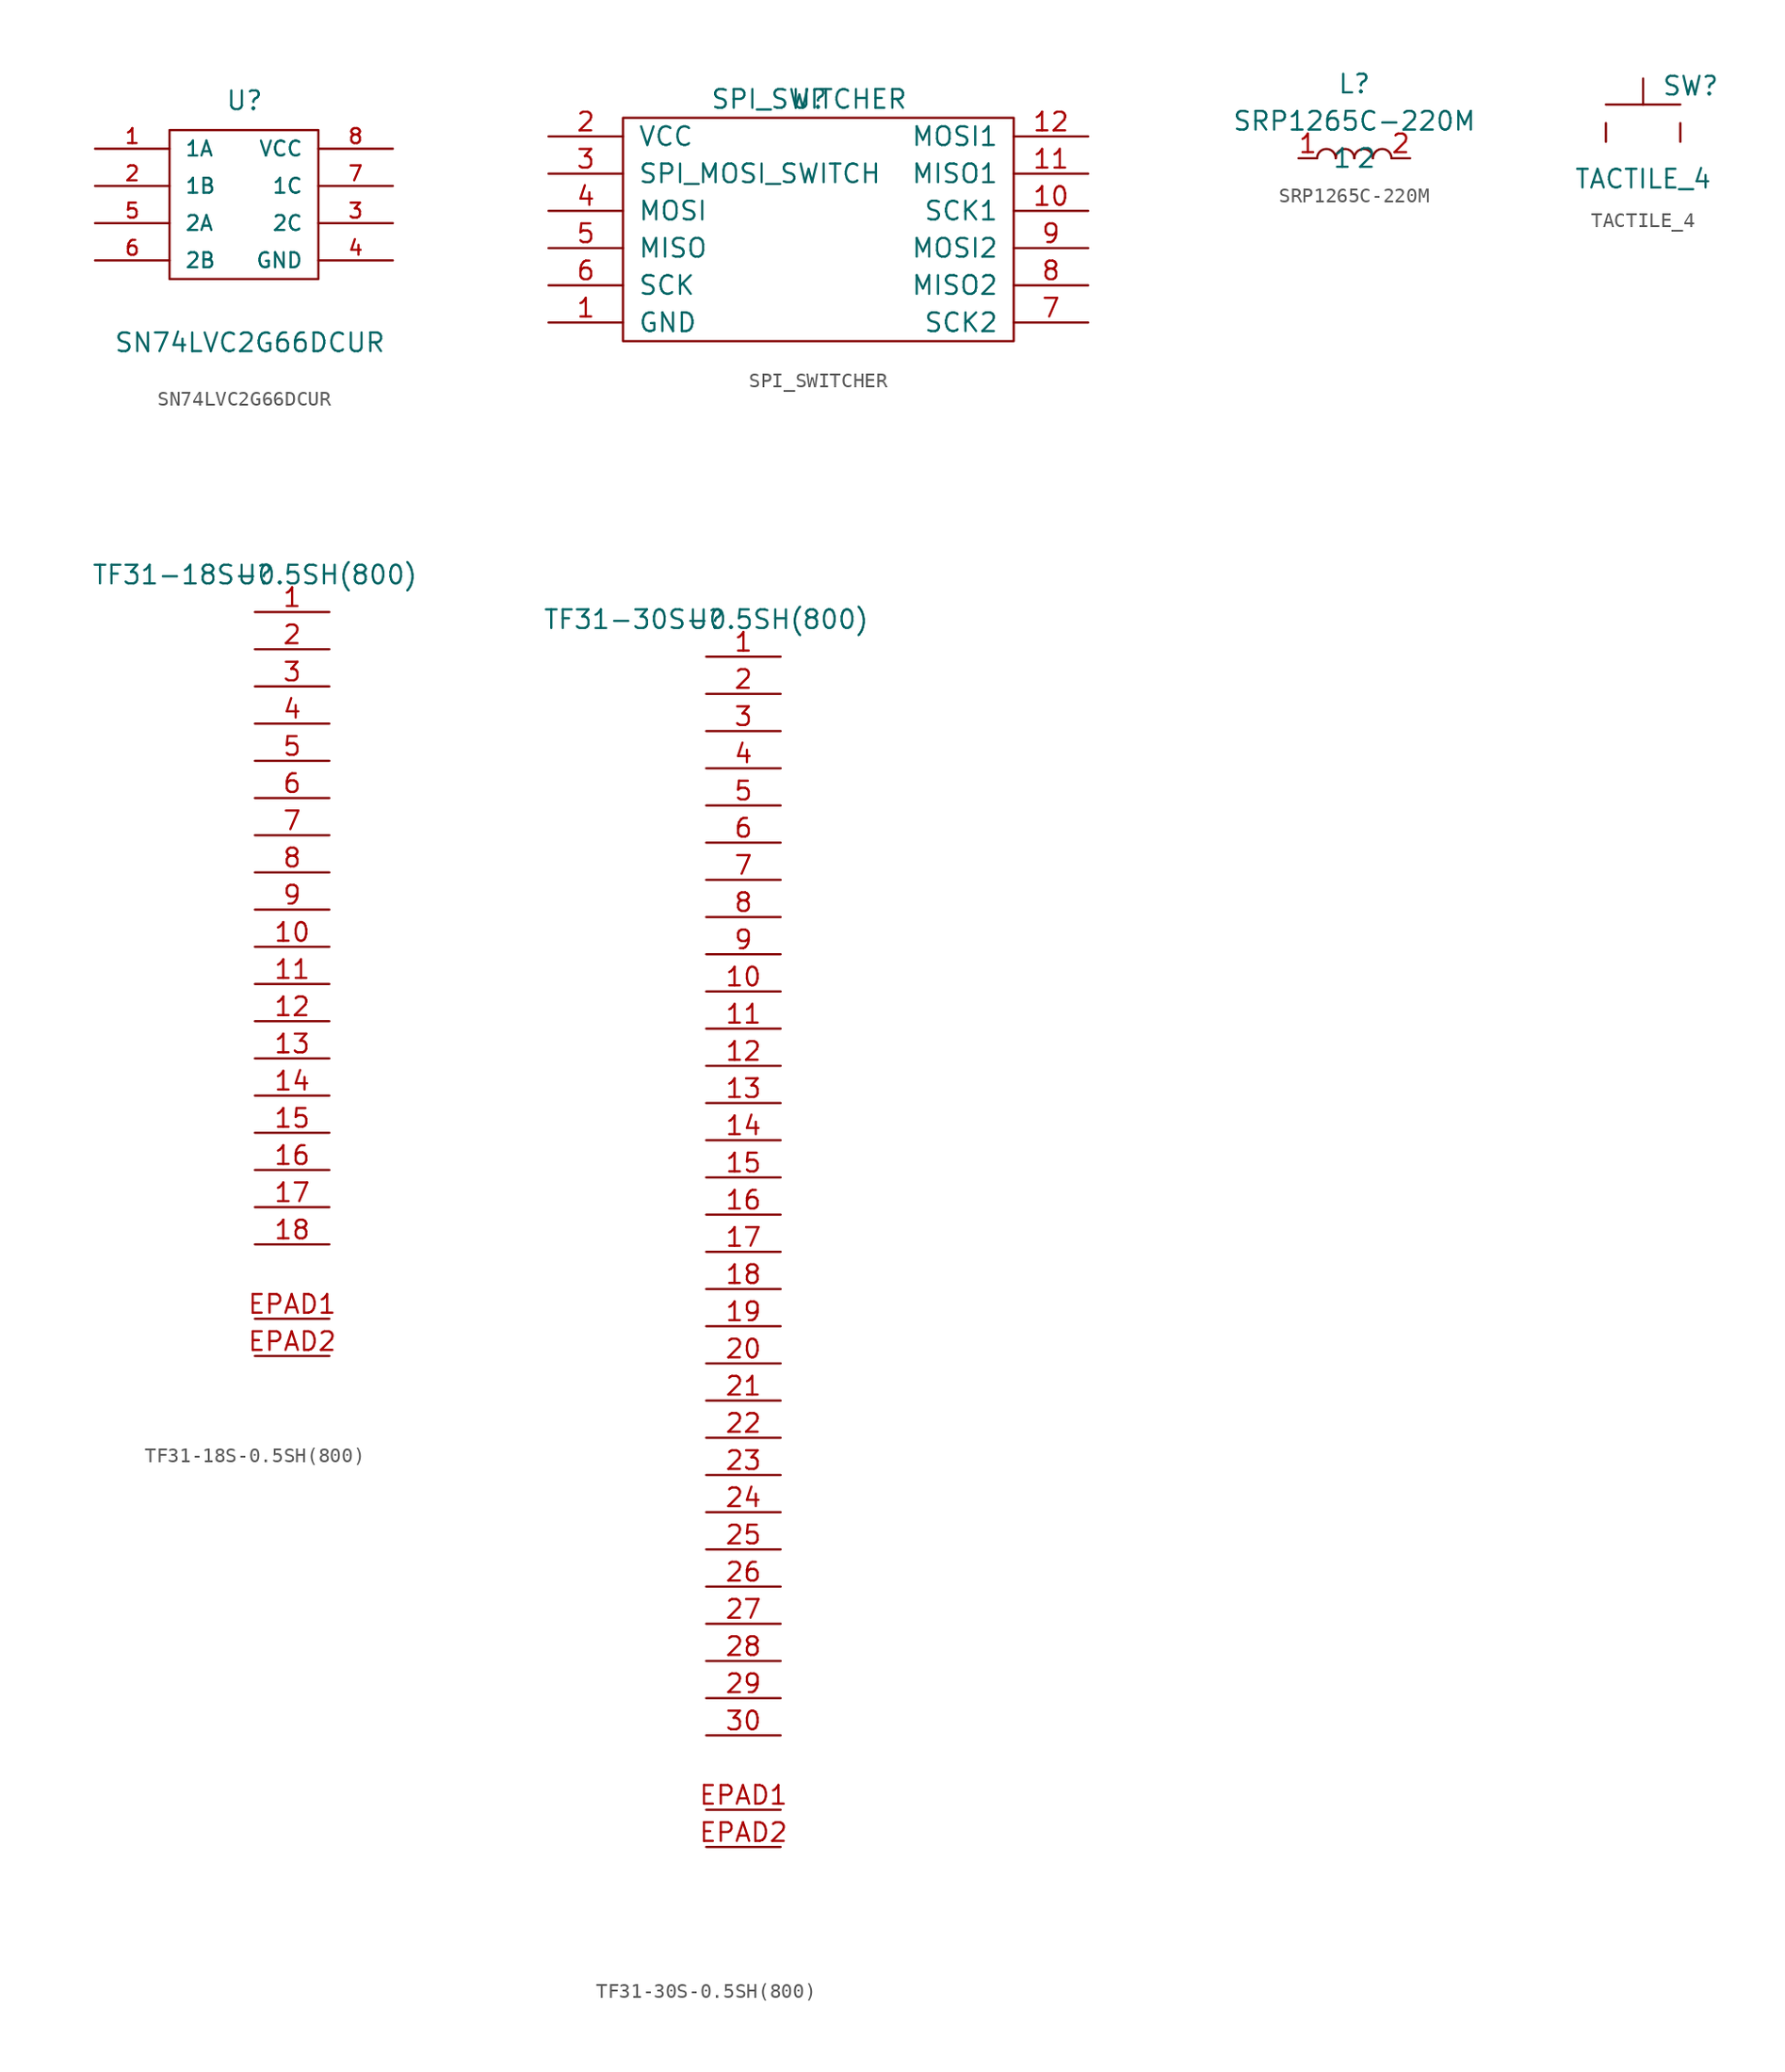
<source format=kicad_sym>
(kicad_symbol_lib
  (version 20211014)
  (generator kicad_symbol_editor)
  (symbol "SN74LVC2G66DCUR"
    (pin_names
      (offset 1.016))
    (property "Reference" "U"
      (at 3.81 2.54 0)
      (effects (font (size 1.27 1.27)) (justify left bottom)))
    (property "Value" "SN74LVC2G66DCUR"
      (at -3.81 -13.97 0)
      (effects (font (size 1.27 1.27)) (justify left bottom)))
    (property "ki_locked" ""
      (at 0 0 0)
      (effects (font (size 1.27 1.27))))
    (symbol "SN74LVC2G66DCUR_0_0"
      (pin bidirectional line (at -5.08 0 0) (length 5.08) (name "1A" (effects (font (size 1.016 1.016)))) (number "1" (effects (font (size 1.016 1.016)))))
      (pin bidirectional line (at -5.08 -2.54 0) (length 5.08) (name "1B" (effects (font (size 1.016 1.016)))) (number "2" (effects (font (size 1.016 1.016)))))
      (pin input line (at 15.24 -5.08 180) (length 5.08) (name "2C" (effects (font (size 1.016 1.016)))) (number "3" (effects (font (size 1.016 1.016)))))
      (pin power_in line (at 15.24 -7.62 180) (length 5.08) (name "GND" (effects (font (size 1.016 1.016)))) (number "4" (effects (font (size 1.016 1.016)))))
      (pin bidirectional line (at -5.08 -5.08 0) (length 5.08) (name "2A" (effects (font (size 1.016 1.016)))) (number "5" (effects (font (size 1.016 1.016)))))
      (pin bidirectional line (at -5.08 -7.62 0) (length 5.08) (name "2B" (effects (font (size 1.016 1.016)))) (number "6" (effects (font (size 1.016 1.016)))))
      (pin input line (at 15.24 -2.54 180) (length 5.08) (name "1C" (effects (font (size 1.016 1.016)))) (number "7" (effects (font (size 1.016 1.016)))))
      (pin power_in line (at 15.24 0 180) (length 5.08) (name "VCC" (effects (font (size 1.016 1.016)))) (number "8" (effects (font (size 1.016 1.016))))))
    (symbol "SN74LVC2G66DCUR_1_1"
      (rectangle (start 10.16 1.27) (end 0 -8.89) (stroke (width 0) (type default) (color 0 0 0 0)) (fill (type none)))))
  (symbol "SPI_SWITCHER"
    (pin_names
      (offset 1.016))
    (property "Reference" "U"
      (at 0 0 0)
      (effects (font (size 1.27 1.27))))
    (property "Value" "SPI_SWITCHER"
      (at 0 0 0)
      (effects (font (size 1.27 1.27))))
    (symbol "SPI_SWITCHER_0_1"
      (rectangle (start -12.7 -1.27) (end 13.97 -16.51) (stroke (width 0) (type default) (color 0 0 0 0)) (fill (type none))))
    (symbol "SPI_SWITCHER_1_1"
      (pin passive line (at -17.78 -15.24 0) (length 5.08) (name "GND" (effects (font (size 1.27 1.27)))) (number "1" (effects (font (size 1.27 1.27)))))
      (pin input line (at 19.05 -7.62 180) (length 5.08) (name "SCK1" (effects (font (size 1.27 1.27)))) (number "10" (effects (font (size 1.27 1.27)))))
      (pin input line (at 19.05 -5.08 180) (length 5.08) (name "MISO1" (effects (font (size 1.27 1.27)))) (number "11" (effects (font (size 1.27 1.27)))))
      (pin input line (at 19.05 -2.54 180) (length 5.08) (name "MOSI1" (effects (font (size 1.27 1.27)))) (number "12" (effects (font (size 1.27 1.27)))))
      (pin passive line (at -17.78 -2.54 0) (length 5.08) (name "VCC" (effects (font (size 1.27 1.27)))) (number "2" (effects (font (size 1.27 1.27)))))
      (pin input line (at -17.78 -5.08 0) (length 5.08) (name "SPI_MOSI_SWITCH" (effects (font (size 1.27 1.27)))) (number "3" (effects (font (size 1.27 1.27)))))
      (pin input line (at -17.78 -7.62 0) (length 5.08) (name "MOSI" (effects (font (size 1.27 1.27)))) (number "4" (effects (font (size 1.27 1.27)))))
      (pin input line (at -17.78 -10.16 0) (length 5.08) (name "MISO" (effects (font (size 1.27 1.27)))) (number "5" (effects (font (size 1.27 1.27)))))
      (pin input line (at -17.78 -12.7 0) (length 5.08) (name "SCK" (effects (font (size 1.27 1.27)))) (number "6" (effects (font (size 1.27 1.27)))))
      (pin input line (at 19.05 -15.24 180) (length 5.08) (name "SCK2" (effects (font (size 1.27 1.27)))) (number "7" (effects (font (size 1.27 1.27)))))
      (pin input line (at 19.05 -12.7 180) (length 5.08) (name "MISO2" (effects (font (size 1.27 1.27)))) (number "8" (effects (font (size 1.27 1.27)))))
      (pin input line (at 19.05 -10.16 180) (length 5.08) (name "MOSI2" (effects (font (size 1.27 1.27)))) (number "9" (effects (font (size 1.27 1.27)))))))
  (symbol "SRP1265C-220M"
    (pin_names
      (offset 1.016))
    (property "Reference" "L"
      (at 0 5.08 0)
      (effects (font (size 1.27 1.27))))
    (property "Value" "SRP1265C-220M"
      (at 0 2.54 0)
      (effects (font (size 1.27 1.27))))
    (symbol "SRP1265C-220M_1_1"
      (arc (start -1.27 0) (mid -1.905 0.635) (end -2.54 0) (stroke (width 0) (type default) (color 0 0 0 0)) (fill (type none)))
      (arc (start 0 0) (mid -0.635 0.635) (end -1.27 0) (stroke (width 0) (type default) (color 0 0 0 0)) (fill (type none)))
      (arc (start 1.27 0) (mid 0.635 0.635) (end 0 0) (stroke (width 0) (type default) (color 0 0 0 0)) (fill (type none)))
      (arc (start 2.54 0) (mid 1.905 0.635) (end 1.27 0) (stroke (width 0) (type default) (color 0 0 0 0)) (fill (type none)))
      (pin passive line (at -3.81 0 0) (length 1.27) (name "1" (effects (font (size 1.27 1.27)))) (number "1" (effects (font (size 1.27 1.27)))))
      (pin passive line (at 3.81 0 180) (length 1.27) (name "2" (effects (font (size 1.27 1.27)))) (number "2" (effects (font (size 1.27 1.27)))))))
  (symbol "TACTILE_4"
    (pin_numbers hide)
    (pin_names
      (offset 1.016) hide)
    (property "Reference" "SW"
      (at 1.27 2.54 0)
      (effects (font (size 1.27 1.27)) (justify left)))
    (property "Value" "TACTILE_4"
      (at 0 -3.81 0)
      (effects (font (size 1.27 1.27))))
    (symbol "TACTILE_4_0_1"
      (polyline (pts (xy -2.54 0) (xy -2.54 -1.27)) (stroke (width 0) (type default) (color 0 0 0 0)) (fill (type none)))
      (polyline (pts (xy 0 1.27) (xy 0 3.048)) (stroke (width 0) (type default) (color 0 0 0 0)) (fill (type none)))
      (polyline (pts (xy 2.54 0) (xy 2.54 -1.27)) (stroke (width 0) (type default) (color 0 0 0 0)) (fill (type none)))
      (polyline (pts (xy 2.54 1.27) (xy -2.54 1.27)) (stroke (width 0) (type default) (color 0 0 0 0)) (fill (type none))))
    (symbol "TACTILE_4_1_1"
      (pin passive line (at -3.81 0 0) (length 2.54) hide (name "1" (effects (font (size 1.27 1.27)))) (number "1" (effects (font (size 1.27 1.27)))))
      (pin passive line (at -3.81 -1.27 0) (length 2.54) hide (name "2" (effects (font (size 1.27 1.27)))) (number "2" (effects (font (size 1.27 1.27)))))
      (pin passive line (at 3.81 0 180) (length 2.54) hide (name "3" (effects (font (size 1.27 1.27)))) (number "3" (effects (font (size 1.27 1.27)))))
      (pin passive line (at 3.81 -1.27 180) (length 2.54) hide (name "4" (effects (font (size 1.27 1.27)))) (number "4" (effects (font (size 1.27 1.27)))))))
  (symbol "TF31-18S-0.5SH(800)"
    (pin_names
      (offset 1.016))
    (property "Reference" "U"
      (at 0 0 0)
      (effects (font (size 1.27 1.27))))
    (property "Value" "TF31-18S-0.5SH(800)"
      (at 0 0 0)
      (effects (font (size 1.27 1.27))))
    (symbol "TF31-18S-0.5SH(800)_1_1"
      (pin passive line (at 0 -2.54 0) (length 5.08) (name "~" (effects (font (size 1.27 1.27)))) (number "1" (effects (font (size 1.27 1.27)))))
      (pin passive line (at 0 -25.4 0) (length 5.08) (name "~" (effects (font (size 1.27 1.27)))) (number "10" (effects (font (size 1.27 1.27)))))
      (pin passive line (at 0 -27.94 0) (length 5.08) (name "~" (effects (font (size 1.27 1.27)))) (number "11" (effects (font (size 1.27 1.27)))))
      (pin passive line (at 0 -30.48 0) (length 5.08) (name "~" (effects (font (size 1.27 1.27)))) (number "12" (effects (font (size 1.27 1.27)))))
      (pin passive line (at 0 -33.02 0) (length 5.08) (name "~" (effects (font (size 1.27 1.27)))) (number "13" (effects (font (size 1.27 1.27)))))
      (pin passive line (at 0 -35.56 0) (length 5.08) (name "~" (effects (font (size 1.27 1.27)))) (number "14" (effects (font (size 1.27 1.27)))))
      (pin passive line (at 0 -38.1 0) (length 5.08) (name "~" (effects (font (size 1.27 1.27)))) (number "15" (effects (font (size 1.27 1.27)))))
      (pin passive line (at 0 -40.64 0) (length 5.08) (name "~" (effects (font (size 1.27 1.27)))) (number "16" (effects (font (size 1.27 1.27)))))
      (pin passive line (at 0 -43.18 0) (length 5.08) (name "~" (effects (font (size 1.27 1.27)))) (number "17" (effects (font (size 1.27 1.27)))))
      (pin passive line (at 0 -45.72 0) (length 5.08) (name "~" (effects (font (size 1.27 1.27)))) (number "18" (effects (font (size 1.27 1.27)))))
      (pin passive line (at 0 -5.08 0) (length 5.08) (name "~" (effects (font (size 1.27 1.27)))) (number "2" (effects (font (size 1.27 1.27)))))
      (pin passive line (at 0 -7.62 0) (length 5.08) (name "~" (effects (font (size 1.27 1.27)))) (number "3" (effects (font (size 1.27 1.27)))))
      (pin passive line (at 0 -10.16 0) (length 5.08) (name "~" (effects (font (size 1.27 1.27)))) (number "4" (effects (font (size 1.27 1.27)))))
      (pin passive line (at 0 -12.7 0) (length 5.08) (name "~" (effects (font (size 1.27 1.27)))) (number "5" (effects (font (size 1.27 1.27)))))
      (pin passive line (at 0 -15.24 0) (length 5.08) (name "~" (effects (font (size 1.27 1.27)))) (number "6" (effects (font (size 1.27 1.27)))))
      (pin passive line (at 0 -17.78 0) (length 5.08) (name "~" (effects (font (size 1.27 1.27)))) (number "7" (effects (font (size 1.27 1.27)))))
      (pin passive line (at 0 -20.32 0) (length 5.08) (name "~" (effects (font (size 1.27 1.27)))) (number "8" (effects (font (size 1.27 1.27)))))
      (pin passive line (at 0 -22.86 0) (length 5.08) (name "~" (effects (font (size 1.27 1.27)))) (number "9" (effects (font (size 1.27 1.27)))))
      (pin passive line (at 0 -50.8 0) (length 5.08) (name "~" (effects (font (size 1.27 1.27)))) (number "EPAD1" (effects (font (size 1.27 1.27)))))
      (pin passive line (at 0 -53.34 0) (length 5.08) (name "~" (effects (font (size 1.27 1.27)))) (number "EPAD2" (effects (font (size 1.27 1.27)))))))
  (symbol "TF31-30S-0.5SH(800)"
    (pin_names
      (offset 1.016))
    (property "Reference" "U"
      (at 0 0 0)
      (effects (font (size 1.27 1.27))))
    (property "Value" "TF31-30S-0.5SH(800)"
      (at 0 0 0)
      (effects (font (size 1.27 1.27))))
    (symbol "TF31-30S-0.5SH(800)_1_1"
      (pin passive line (at 0 -2.54 0) (length 5.08) (name "~" (effects (font (size 1.27 1.27)))) (number "1" (effects (font (size 1.27 1.27)))))
      (pin passive line (at 0 -25.4 0) (length 5.08) (name "~" (effects (font (size 1.27 1.27)))) (number "10" (effects (font (size 1.27 1.27)))))
      (pin passive line (at 0 -27.94 0) (length 5.08) (name "~" (effects (font (size 1.27 1.27)))) (number "11" (effects (font (size 1.27 1.27)))))
      (pin passive line (at 0 -30.48 0) (length 5.08) (name "~" (effects (font (size 1.27 1.27)))) (number "12" (effects (font (size 1.27 1.27)))))
      (pin passive line (at 0 -33.02 0) (length 5.08) (name "~" (effects (font (size 1.27 1.27)))) (number "13" (effects (font (size 1.27 1.27)))))
      (pin passive line (at 0 -35.56 0) (length 5.08) (name "~" (effects (font (size 1.27 1.27)))) (number "14" (effects (font (size 1.27 1.27)))))
      (pin passive line (at 0 -38.1 0) (length 5.08) (name "~" (effects (font (size 1.27 1.27)))) (number "15" (effects (font (size 1.27 1.27)))))
      (pin passive line (at 0 -40.64 0) (length 5.08) (name "~" (effects (font (size 1.27 1.27)))) (number "16" (effects (font (size 1.27 1.27)))))
      (pin passive line (at 0 -43.18 0) (length 5.08) (name "~" (effects (font (size 1.27 1.27)))) (number "17" (effects (font (size 1.27 1.27)))))
      (pin passive line (at 0 -45.72 0) (length 5.08) (name "~" (effects (font (size 1.27 1.27)))) (number "18" (effects (font (size 1.27 1.27)))))
      (pin passive line (at 0 -48.26 0) (length 5.08) (name "~" (effects (font (size 1.27 1.27)))) (number "19" (effects (font (size 1.27 1.27)))))
      (pin passive line (at 0 -5.08 0) (length 5.08) (name "~" (effects (font (size 1.27 1.27)))) (number "2" (effects (font (size 1.27 1.27)))))
      (pin passive line (at 0 -50.8 0) (length 5.08) (name "~" (effects (font (size 1.27 1.27)))) (number "20" (effects (font (size 1.27 1.27)))))
      (pin passive line (at 0 -53.34 0) (length 5.08) (name "~" (effects (font (size 1.27 1.27)))) (number "21" (effects (font (size 1.27 1.27)))))
      (pin passive line (at 0 -55.88 0) (length 5.08) (name "~" (effects (font (size 1.27 1.27)))) (number "22" (effects (font (size 1.27 1.27)))))
      (pin passive line (at 0 -58.42 0) (length 5.08) (name "~" (effects (font (size 1.27 1.27)))) (number "23" (effects (font (size 1.27 1.27)))))
      (pin passive line (at 0 -60.96 0) (length 5.08) (name "~" (effects (font (size 1.27 1.27)))) (number "24" (effects (font (size 1.27 1.27)))))
      (pin passive line (at 0 -63.5 0) (length 5.08) (name "~" (effects (font (size 1.27 1.27)))) (number "25" (effects (font (size 1.27 1.27)))))
      (pin passive line (at 0 -66.04 0) (length 5.08) (name "~" (effects (font (size 1.27 1.27)))) (number "26" (effects (font (size 1.27 1.27)))))
      (pin passive line (at 0 -68.58 0) (length 5.08) (name "~" (effects (font (size 1.27 1.27)))) (number "27" (effects (font (size 1.27 1.27)))))
      (pin passive line (at 0 -71.12 0) (length 5.08) (name "~" (effects (font (size 1.27 1.27)))) (number "28" (effects (font (size 1.27 1.27)))))
      (pin passive line (at 0 -73.66 0) (length 5.08) (name "~" (effects (font (size 1.27 1.27)))) (number "29" (effects (font (size 1.27 1.27)))))
      (pin passive line (at 0 -7.62 0) (length 5.08) (name "~" (effects (font (size 1.27 1.27)))) (number "3" (effects (font (size 1.27 1.27)))))
      (pin passive line (at 0 -76.2 0) (length 5.08) (name "~" (effects (font (size 1.27 1.27)))) (number "30" (effects (font (size 1.27 1.27)))))
      (pin passive line (at 0 -10.16 0) (length 5.08) (name "~" (effects (font (size 1.27 1.27)))) (number "4" (effects (font (size 1.27 1.27)))))
      (pin passive line (at 0 -12.7 0) (length 5.08) (name "~" (effects (font (size 1.27 1.27)))) (number "5" (effects (font (size 1.27 1.27)))))
      (pin passive line (at 0 -15.24 0) (length 5.08) (name "~" (effects (font (size 1.27 1.27)))) (number "6" (effects (font (size 1.27 1.27)))))
      (pin passive line (at 0 -17.78 0) (length 5.08) (name "~" (effects (font (size 1.27 1.27)))) (number "7" (effects (font (size 1.27 1.27)))))
      (pin passive line (at 0 -20.32 0) (length 5.08) (name "~" (effects (font (size 1.27 1.27)))) (number "8" (effects (font (size 1.27 1.27)))))
      (pin passive line (at 0 -22.86 0) (length 5.08) (name "~" (effects (font (size 1.27 1.27)))) (number "9" (effects (font (size 1.27 1.27)))))
      (pin passive line (at 0 -81.28 0) (length 5.08) (name "~" (effects (font (size 1.27 1.27)))) (number "EPAD1" (effects (font (size 1.27 1.27)))))
      (pin passive line (at 0 -83.82 0) (length 5.08) (name "~" (effects (font (size 1.27 1.27)))) (number "EPAD2" (effects (font (size 1.27 1.27))))))))
</source>
